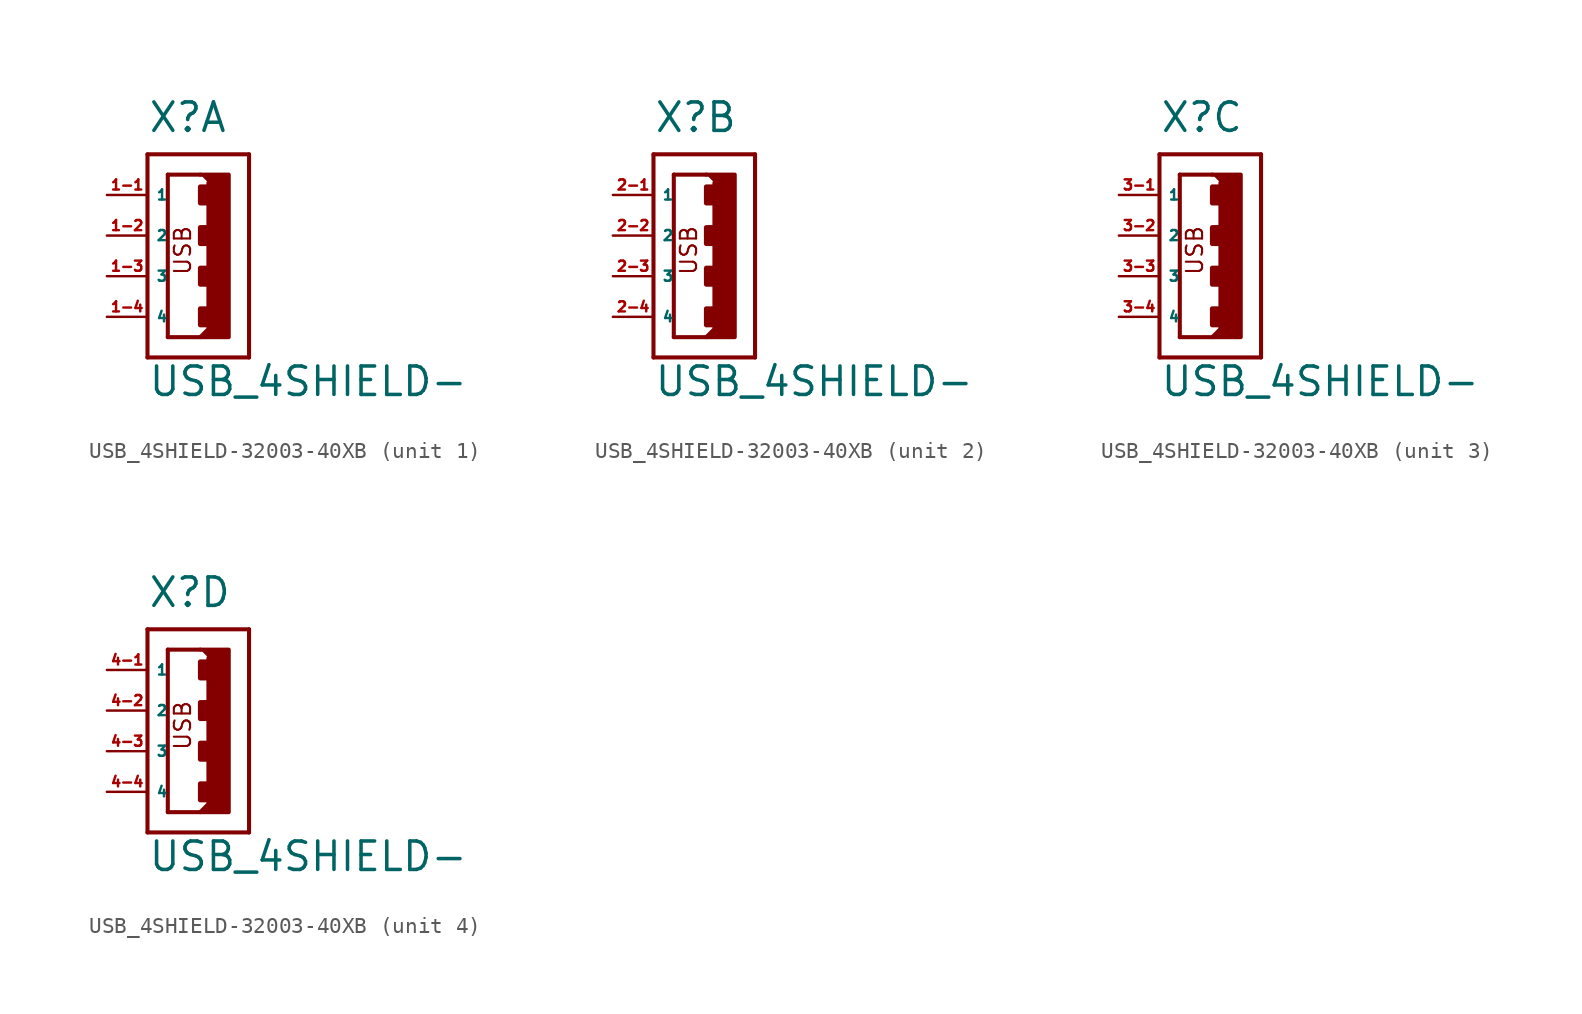
<source format=kicad_sym>
(kicad_symbol_lib
  (version 20220914)
  (generator Eagle2Kicad)
  (symbol "USB_4SHIELD-32003-40XB"
    (property "Reference" "X"
      (at -2.54 8.89 0)
      (effects (font (size 1.778 1.778) (thickness 0.22)) (justify left bottom)))
    (property "Value" "USB_4SHIELD-"
      (at -2.54 -7.62 0)
      (effects (font (size 1.778 1.778) (thickness 0.22)) (justify left bottom)))
    (symbol "USB_4SHIELD-32003-40XB_1_0"
      (polyline (pts (xy 0.762 6.35) (xy 2.54 6.35) (xy 2.54 -3.81) (xy 0.762 -3.81) (xy 1.27 -3.302) (xy 1.27 5.842)) (stroke (width 0.254) (type default)) (fill (type outline)))
      (polyline (pts (xy -2.54 -5.08) (xy 3.81 -5.08)) (stroke (width 0.254) (type default)) (fill (type none)))
      (polyline (pts (xy -2.54 7.62) (xy 3.81 7.62)) (stroke (width 0.254) (type default)) (fill (type none)))
      (polyline (pts (xy -1.27 6.35) (xy -1.27 -3.81)) (stroke (width 0.254) (type default)) (fill (type none)))
      (polyline (pts (xy -1.27 -3.81) (xy 0.762 -3.81)) (stroke (width 0.254) (type default)) (fill (type none)))
      (polyline (pts (xy 3.81 -5.08) (xy 3.81 7.62)) (stroke (width 0.254) (type default)) (fill (type none)))
      (polyline (pts (xy -2.54 7.62) (xy -2.54 -5.08)) (stroke (width 0.254) (type default)) (fill (type none)))
      (polyline (pts (xy -1.27 6.35) (xy 0.762 6.35)) (stroke (width 0.254) (type default)) (fill (type none)))
      (text "USB" (at 0.254 0 900) (effects (font (size 1.016 1.016) (thickness 0.13)) (justify left bottom)))
      (rectangle (start 0.762 4.572) (end 1.27 5.588) (stroke (width 0.3) (type default)) (fill (type outline)))
      (rectangle (start 0.762 2.032) (end 1.27 3.048) (stroke (width 0.3) (type default)) (fill (type outline)))
      (rectangle (start 0.762 -0.508) (end 1.27 0.508) (stroke (width 0.3) (type default)) (fill (type outline)))
      (rectangle (start 0.762 -3.048) (end 1.27 -2.032) (stroke (width 0.3) (type default)) (fill (type outline)))
      (pin passive line (at -5.08 5.08 0) (length 2.54) (name "1" (effects (font (size 0.635 0.635) (thickness 0.08)) (justify left bottom))) (number "1-1" (effects (font (size 0.635 0.635) (thickness 0.08)) (justify left bottom))))
      (pin passive line (at -5.08 2.54 0) (length 2.54) (name "2" (effects (font (size 0.635 0.635) (thickness 0.08)) (justify left bottom))) (number "1-2" (effects (font (size 0.635 0.635) (thickness 0.08)) (justify left bottom))))
      (pin passive line (at -5.08 0 0) (length 2.54) (name "3" (effects (font (size 0.635 0.635) (thickness 0.08)) (justify left bottom))) (number "1-3" (effects (font (size 0.635 0.635) (thickness 0.08)) (justify left bottom))))
      (pin passive line (at -5.08 -2.54 0) (length 2.54) (name "4" (effects (font (size 0.635 0.635) (thickness 0.08)) (justify left bottom))) (number "1-4" (effects (font (size 0.635 0.635) (thickness 0.08)) (justify left bottom)))))
    (symbol "USB_4SHIELD-32003-40XB_2_0"
      (polyline (pts (xy 0.762 6.35) (xy 2.54 6.35) (xy 2.54 -3.81) (xy 0.762 -3.81) (xy 1.27 -3.302) (xy 1.27 5.842)) (stroke (width 0.254) (type default)) (fill (type outline)))
      (polyline (pts (xy -2.54 -5.08) (xy 3.81 -5.08)) (stroke (width 0.254) (type default)) (fill (type none)))
      (polyline (pts (xy -2.54 7.62) (xy 3.81 7.62)) (stroke (width 0.254) (type default)) (fill (type none)))
      (polyline (pts (xy -1.27 6.35) (xy -1.27 -3.81)) (stroke (width 0.254) (type default)) (fill (type none)))
      (polyline (pts (xy -1.27 -3.81) (xy 0.762 -3.81)) (stroke (width 0.254) (type default)) (fill (type none)))
      (polyline (pts (xy 3.81 -5.08) (xy 3.81 7.62)) (stroke (width 0.254) (type default)) (fill (type none)))
      (polyline (pts (xy -2.54 7.62) (xy -2.54 -5.08)) (stroke (width 0.254) (type default)) (fill (type none)))
      (polyline (pts (xy -1.27 6.35) (xy 0.762 6.35)) (stroke (width 0.254) (type default)) (fill (type none)))
      (text "USB" (at 0.254 0 900) (effects (font (size 1.016 1.016) (thickness 0.13)) (justify left bottom)))
      (rectangle (start 0.762 4.572) (end 1.27 5.588) (stroke (width 0.3) (type default)) (fill (type outline)))
      (rectangle (start 0.762 2.032) (end 1.27 3.048) (stroke (width 0.3) (type default)) (fill (type outline)))
      (rectangle (start 0.762 -0.508) (end 1.27 0.508) (stroke (width 0.3) (type default)) (fill (type outline)))
      (rectangle (start 0.762 -3.048) (end 1.27 -2.032) (stroke (width 0.3) (type default)) (fill (type outline)))
      (pin passive line (at -5.08 5.08 0) (length 2.54) (name "1" (effects (font (size 0.635 0.635) (thickness 0.08)) (justify left bottom))) (number "2-1" (effects (font (size 0.635 0.635) (thickness 0.08)) (justify left bottom))))
      (pin passive line (at -5.08 2.54 0) (length 2.54) (name "2" (effects (font (size 0.635 0.635) (thickness 0.08)) (justify left bottom))) (number "2-2" (effects (font (size 0.635 0.635) (thickness 0.08)) (justify left bottom))))
      (pin passive line (at -5.08 0 0) (length 2.54) (name "3" (effects (font (size 0.635 0.635) (thickness 0.08)) (justify left bottom))) (number "2-3" (effects (font (size 0.635 0.635) (thickness 0.08)) (justify left bottom))))
      (pin passive line (at -5.08 -2.54 0) (length 2.54) (name "4" (effects (font (size 0.635 0.635) (thickness 0.08)) (justify left bottom))) (number "2-4" (effects (font (size 0.635 0.635) (thickness 0.08)) (justify left bottom)))))
    (symbol "USB_4SHIELD-32003-40XB_3_0"
      (polyline (pts (xy 0.762 6.35) (xy 2.54 6.35) (xy 2.54 -3.81) (xy 0.762 -3.81) (xy 1.27 -3.302) (xy 1.27 5.842)) (stroke (width 0.254) (type default)) (fill (type outline)))
      (polyline (pts (xy -2.54 -5.08) (xy 3.81 -5.08)) (stroke (width 0.254) (type default)) (fill (type none)))
      (polyline (pts (xy -2.54 7.62) (xy 3.81 7.62)) (stroke (width 0.254) (type default)) (fill (type none)))
      (polyline (pts (xy -1.27 6.35) (xy -1.27 -3.81)) (stroke (width 0.254) (type default)) (fill (type none)))
      (polyline (pts (xy -1.27 -3.81) (xy 0.762 -3.81)) (stroke (width 0.254) (type default)) (fill (type none)))
      (polyline (pts (xy 3.81 -5.08) (xy 3.81 7.62)) (stroke (width 0.254) (type default)) (fill (type none)))
      (polyline (pts (xy -2.54 7.62) (xy -2.54 -5.08)) (stroke (width 0.254) (type default)) (fill (type none)))
      (polyline (pts (xy -1.27 6.35) (xy 0.762 6.35)) (stroke (width 0.254) (type default)) (fill (type none)))
      (text "USB" (at 0.254 0 900) (effects (font (size 1.016 1.016) (thickness 0.13)) (justify left bottom)))
      (rectangle (start 0.762 4.572) (end 1.27 5.588) (stroke (width 0.3) (type default)) (fill (type outline)))
      (rectangle (start 0.762 2.032) (end 1.27 3.048) (stroke (width 0.3) (type default)) (fill (type outline)))
      (rectangle (start 0.762 -0.508) (end 1.27 0.508) (stroke (width 0.3) (type default)) (fill (type outline)))
      (rectangle (start 0.762 -3.048) (end 1.27 -2.032) (stroke (width 0.3) (type default)) (fill (type outline)))
      (pin passive line (at -5.08 5.08 0) (length 2.54) (name "1" (effects (font (size 0.635 0.635) (thickness 0.08)) (justify left bottom))) (number "3-1" (effects (font (size 0.635 0.635) (thickness 0.08)) (justify left bottom))))
      (pin passive line (at -5.08 2.54 0) (length 2.54) (name "2" (effects (font (size 0.635 0.635) (thickness 0.08)) (justify left bottom))) (number "3-2" (effects (font (size 0.635 0.635) (thickness 0.08)) (justify left bottom))))
      (pin passive line (at -5.08 0 0) (length 2.54) (name "3" (effects (font (size 0.635 0.635) (thickness 0.08)) (justify left bottom))) (number "3-3" (effects (font (size 0.635 0.635) (thickness 0.08)) (justify left bottom))))
      (pin passive line (at -5.08 -2.54 0) (length 2.54) (name "4" (effects (font (size 0.635 0.635) (thickness 0.08)) (justify left bottom))) (number "3-4" (effects (font (size 0.635 0.635) (thickness 0.08)) (justify left bottom)))))
    (symbol "USB_4SHIELD-32003-40XB_4_0"
      (polyline (pts (xy 0.762 6.35) (xy 2.54 6.35) (xy 2.54 -3.81) (xy 0.762 -3.81) (xy 1.27 -3.302) (xy 1.27 5.842)) (stroke (width 0.254) (type default)) (fill (type outline)))
      (polyline (pts (xy -2.54 -5.08) (xy 3.81 -5.08)) (stroke (width 0.254) (type default)) (fill (type none)))
      (polyline (pts (xy -2.54 7.62) (xy 3.81 7.62)) (stroke (width 0.254) (type default)) (fill (type none)))
      (polyline (pts (xy -1.27 6.35) (xy -1.27 -3.81)) (stroke (width 0.254) (type default)) (fill (type none)))
      (polyline (pts (xy -1.27 -3.81) (xy 0.762 -3.81)) (stroke (width 0.254) (type default)) (fill (type none)))
      (polyline (pts (xy 3.81 -5.08) (xy 3.81 7.62)) (stroke (width 0.254) (type default)) (fill (type none)))
      (polyline (pts (xy -2.54 7.62) (xy -2.54 -5.08)) (stroke (width 0.254) (type default)) (fill (type none)))
      (polyline (pts (xy -1.27 6.35) (xy 0.762 6.35)) (stroke (width 0.254) (type default)) (fill (type none)))
      (text "USB" (at 0.254 0 900) (effects (font (size 1.016 1.016) (thickness 0.13)) (justify left bottom)))
      (rectangle (start 0.762 4.572) (end 1.27 5.588) (stroke (width 0.3) (type default)) (fill (type outline)))
      (rectangle (start 0.762 2.032) (end 1.27 3.048) (stroke (width 0.3) (type default)) (fill (type outline)))
      (rectangle (start 0.762 -0.508) (end 1.27 0.508) (stroke (width 0.3) (type default)) (fill (type outline)))
      (rectangle (start 0.762 -3.048) (end 1.27 -2.032) (stroke (width 0.3) (type default)) (fill (type outline)))
      (pin passive line (at -5.08 5.08 0) (length 2.54) (name "1" (effects (font (size 0.635 0.635) (thickness 0.08)) (justify left bottom))) (number "4-1" (effects (font (size 0.635 0.635) (thickness 0.08)) (justify left bottom))))
      (pin passive line (at -5.08 2.54 0) (length 2.54) (name "2" (effects (font (size 0.635 0.635) (thickness 0.08)) (justify left bottom))) (number "4-2" (effects (font (size 0.635 0.635) (thickness 0.08)) (justify left bottom))))
      (pin passive line (at -5.08 0 0) (length 2.54) (name "3" (effects (font (size 0.635 0.635) (thickness 0.08)) (justify left bottom))) (number "4-3" (effects (font (size 0.635 0.635) (thickness 0.08)) (justify left bottom))))
      (pin passive line (at -5.08 -2.54 0) (length 2.54) (name "4" (effects (font (size 0.635 0.635) (thickness 0.08)) (justify left bottom))) (number "4-4" (effects (font (size 0.635 0.635) (thickness 0.08)) (justify left bottom)))))))
</source>
